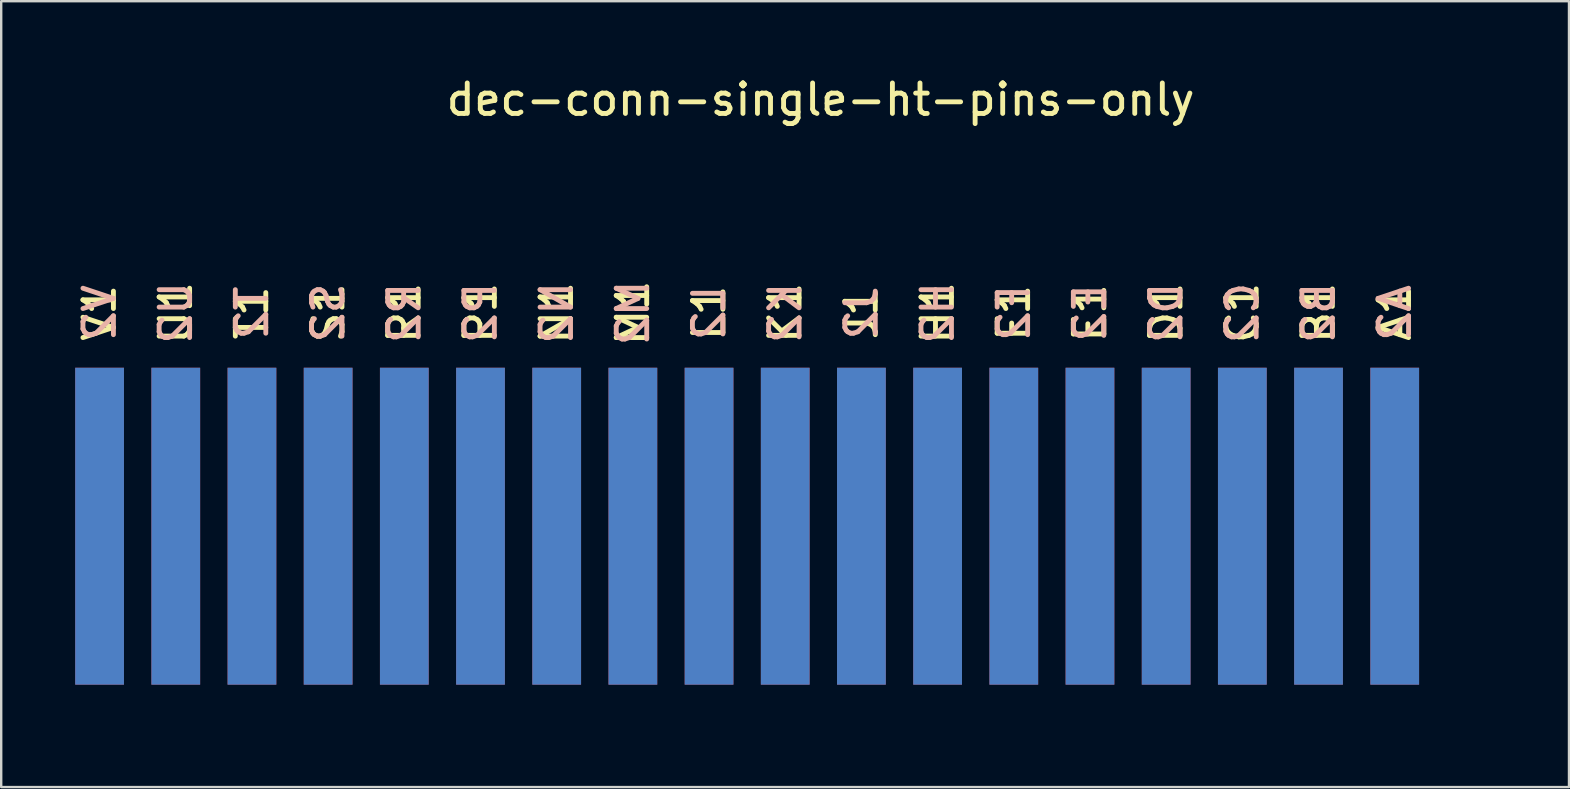
<source format=kicad_pcb>
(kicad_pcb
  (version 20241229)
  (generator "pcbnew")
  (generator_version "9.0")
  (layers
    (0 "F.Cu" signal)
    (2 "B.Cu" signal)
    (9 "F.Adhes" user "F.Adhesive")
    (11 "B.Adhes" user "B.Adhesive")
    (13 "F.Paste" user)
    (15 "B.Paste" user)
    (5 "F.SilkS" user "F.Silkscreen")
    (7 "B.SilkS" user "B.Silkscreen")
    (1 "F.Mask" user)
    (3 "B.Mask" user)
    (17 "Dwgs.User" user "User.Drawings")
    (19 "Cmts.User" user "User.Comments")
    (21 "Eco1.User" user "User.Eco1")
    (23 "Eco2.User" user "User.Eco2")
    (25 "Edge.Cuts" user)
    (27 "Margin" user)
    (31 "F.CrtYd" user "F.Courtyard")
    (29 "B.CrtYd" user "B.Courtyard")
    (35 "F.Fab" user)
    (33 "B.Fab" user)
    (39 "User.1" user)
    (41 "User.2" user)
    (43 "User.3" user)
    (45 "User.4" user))
  (footprint "dec-conn-single-ht-pins-only"
    (layer "F.Cu")
    (at 59.088 26.5)
    (property "Reference" "dec-conn-single-ht-pins-only" (at -27.94 -25.4 0) (layer "F.SilkS") (effects (font (size 1.27 1.27) (thickness 0.203))))
    (attr through_hole)
    (fp_text user "R1" (at -45.288 -16.51 90) (layer "F.SilkS") (effects (font (size 1.27 1.27) (thickness 0.203))))
    (fp_text user "U1" (at -54.813 -16.51 90) (layer "F.SilkS") (effects (font (size 1.27 1.27) (thickness 0.203))))
    (fp_text user "A1" (at -4.013 -16.51 90) (layer "F.SilkS") (effects (font (size 1.27 1.27) (thickness 0.203))))
    (fp_text user "P1" (at -42.113 -16.51 90) (layer "F.SilkS") (effects (font (size 1.27 1.27) (thickness 0.203))))
    (fp_text user "V1" (at -57.988 -16.51 90) (layer "F.SilkS") (effects (font (size 1.27 1.27) (thickness 0.203))))
    (fp_text user "F1" (at -19.888 -16.51 90) (layer "F.SilkS") (effects (font (size 1.27 1.27) (thickness 0.203))))
    (fp_text user "C1" (at -10.363 -16.51 90) (layer "F.SilkS") (effects (font (size 1.27 1.27) (thickness 0.203))))
    (fp_text user "N1" (at -38.938 -16.51 90) (layer "F.SilkS") (effects (font (size 1.27 1.27) (thickness 0.203))))
    (fp_text user "T1" (at -51.638 -16.51 90) (layer "F.SilkS") (effects (font (size 1.27 1.27) (thickness 0.203))))
    (fp_text user "D1" (at -13.538 -16.51 90) (layer "F.SilkS") (effects (font (size 1.27 1.27) (thickness 0.203))))
    (fp_text user "B1" (at -7.188 -16.51 90) (layer "F.SilkS") (effects (font (size 1.27 1.27) (thickness 0.203))))
    (fp_text user "H1" (at -23.063 -16.51 90) (layer "F.SilkS") (effects (font (size 1.27 1.27) (thickness 0.203))))
    (fp_text user "M1" (at -35.763 -16.51 90) (layer "F.SilkS") (effects (font (size 1.27 1.27) (thickness 0.203))))
    (fp_text user "S1" (at -48.463 -16.51 90) (layer "F.SilkS") (effects (font (size 1.27 1.27) (thickness 0.203))))
    (fp_text user "E1" (at -16.713 -16.51 90) (layer "F.SilkS") (effects (font (size 1.27 1.27) (thickness 0.203))))
    (fp_text user "L1" (at -32.588 -16.51 90) (layer "F.SilkS") (effects (font (size 1.27 1.27) (thickness 0.203))))
    (fp_text user "K1" (at -29.413 -16.51 90) (layer "F.SilkS") (effects (font (size 1.27 1.27) (thickness 0.203))))
    (fp_text user "J1" (at -26.238 -16.51 90) (layer "F.SilkS") (effects (font (size 1.27 1.27) (thickness 0.203))))
    (fp_text user "B2" (at -7.188 -16.51 90) (layer "B.SilkS") (effects (font (size 1.27 1.27) (thickness 0.203)) (justify mirror)))
    (fp_text user "U2" (at -54.813 -16.51 90) (layer "B.SilkS") (effects (font (size 1.27 1.27) (thickness 0.203)) (justify mirror)))
    (fp_text user "E2" (at -16.713 -16.51 90) (layer "B.SilkS") (effects (font (size 1.27 1.27) (thickness 0.203)) (justify mirror)))
    (fp_text user "P2" (at -42.113 -16.51 90) (layer "B.SilkS") (effects (font (size 1.27 1.27) (thickness 0.203)) (justify mirror)))
    (fp_text user "C2" (at -10.363 -16.51 90) (layer "B.SilkS") (effects (font (size 1.27 1.27) (thickness 0.203)) (justify mirror)))
    (fp_text user "H2" (at -23.063 -16.51 90) (layer "B.SilkS") (effects (font (size 1.27 1.27) (thickness 0.203)) (justify mirror)))
    (fp_text user "L2" (at -32.588 -16.51 90) (layer "B.SilkS") (effects (font (size 1.27 1.27) (thickness 0.203)) (justify mirror)))
    (fp_text user "F2" (at -19.888 -16.51 90) (layer "B.SilkS") (effects (font (size 1.27 1.27) (thickness 0.203)) (justify mirror)))
    (fp_text user "A2" (at -4.013 -16.51 90) (layer "B.SilkS") (effects (font (size 1.27 1.27) (thickness 0.203)) (justify mirror)))
    (fp_text user "R2" (at -45.288 -16.51 90) (layer "B.SilkS") (effects (font (size 1.27 1.27) (thickness 0.203)) (justify mirror)))
    (fp_text user "J2" (at -26.238 -16.51 90) (layer "B.SilkS") (effects (font (size 1.27 1.27) (thickness 0.203)) (justify mirror)))
    (fp_text user "T2" (at -51.638 -16.51 90) (layer "B.SilkS") (effects (font (size 1.27 1.27) (thickness 0.203)) (justify mirror)))
    (fp_text user "V2" (at -57.988 -16.51 90) (layer "B.SilkS") (effects (font (size 1.27 1.27) (thickness 0.203)) (justify mirror)))
    (fp_text user "D2" (at -13.538 -16.51 90) (layer "B.SilkS") (effects (font (size 1.27 1.27) (thickness 0.203)) (justify mirror)))
    (fp_text user "K2" (at -29.413 -16.51 90) (layer "B.SilkS") (effects (font (size 1.27 1.27) (thickness 0.203)) (justify mirror)))
    (fp_text user "N2" (at -38.938 -16.51 90) (layer "B.SilkS") (effects (font (size 1.27 1.27) (thickness 0.203)) (justify mirror)))
    (fp_text user "M2" (at -35.763 -16.51 90) (layer "B.SilkS") (effects (font (size 1.27 1.27) (thickness 0.203)) (justify mirror)))
    (fp_text user "S2" (at -48.463 -16.51 90) (layer "B.SilkS") (effects (font (size 1.27 1.27) (thickness 0.203)) (justify mirror)))
    (pad "A1" connect rect (at -4.013 -13.462) (size 2.032 13.208) (drill (offset 0 5.842)) (layers "F.Cu" "F.Mask"))
    (pad "A2" connect rect (at -4.013 -13.462) (size 2.032 13.208) (drill (offset 0 5.842)) (layers "B.Cu" "B.Mask"))
    (pad "B1" connect rect (at -7.188 -13.462) (size 2.032 13.208) (drill (offset 0 5.842)) (layers "F.Cu" "F.Mask"))
    (pad "B2" connect rect (at -7.188 -13.462) (size 2.032 13.208) (drill (offset 0 5.842)) (layers "B.Cu" "B.Mask"))
    (pad "C1" connect rect (at -10.363 -13.462) (size 2.032 13.208) (drill (offset 0 5.842)) (layers "F.Cu" "F.Mask"))
    (pad "C2" connect rect (at -10.363 -13.462) (size 2.032 13.208) (drill (offset 0 5.842)) (layers "B.Cu" "B.Mask"))
    (pad "D1" connect rect (at -13.538 -13.462) (size 2.032 13.208) (drill (offset 0 5.842)) (layers "F.Cu" "F.Mask"))
    (pad "D2" connect rect (at -13.538 -13.462) (size 2.032 13.208) (drill (offset 0 5.842)) (layers "B.Cu" "B.Mask"))
    (pad "E1" connect rect (at -16.713 -13.462) (size 2.032 13.208) (drill (offset 0 5.842)) (layers "F.Cu" "F.Mask"))
    (pad "E2" connect rect (at -16.713 -13.462) (size 2.032 13.208) (drill (offset 0 5.842)) (layers "B.Cu" "B.Mask"))
    (pad "F1" connect rect (at -19.888 -13.462) (size 2.032 13.208) (drill (offset 0 5.842)) (layers "F.Cu" "F.Mask"))
    (pad "F2" connect rect (at -19.888 -13.462) (size 2.032 13.208) (drill (offset 0 5.842)) (layers "B.Cu" "B.Mask"))
    (pad "H1" connect rect (at -23.063 -13.462) (size 2.032 13.208) (drill (offset 0 5.842)) (layers "F.Cu" "F.Mask"))
    (pad "H2" connect rect (at -23.063 -13.462) (size 2.032 13.208) (drill (offset 0 5.842)) (layers "B.Cu" "B.Mask"))
    (pad "J1" connect rect (at -26.238 -13.462) (size 2.032 13.208) (drill (offset 0 5.842)) (layers "F.Cu" "F.Mask"))
    (pad "J2" connect rect (at -26.238 -13.462) (size 2.032 13.208) (drill (offset 0 5.842)) (layers "B.Cu" "B.Mask"))
    (pad "K1" connect rect (at -29.413 -13.462) (size 2.032 13.208) (drill (offset 0 5.842)) (layers "F.Cu" "F.Mask"))
    (pad "K2" connect rect (at -29.413 -13.462) (size 2.032 13.208) (drill (offset 0 5.842)) (layers "B.Cu" "B.Mask"))
    (pad "L1" connect rect (at -32.588 -13.462) (size 2.032 13.208) (drill (offset 0 5.842)) (layers "F.Cu" "F.Mask"))
    (pad "L2" connect rect (at -32.588 -13.462) (size 2.032 13.208) (drill (offset 0 5.842)) (layers "B.Cu" "B.Mask"))
    (pad "M1" connect rect (at -35.763 -13.462) (size 2.032 13.208) (drill (offset 0 5.842)) (layers "F.Cu" "F.Mask"))
    (pad "M2" connect rect (at -35.763 -13.462) (size 2.032 13.208) (drill (offset 0 5.842)) (layers "B.Cu" "B.Mask"))
    (pad "N1" connect rect (at -38.938 -13.462) (size 2.032 13.208) (drill (offset 0 5.842)) (layers "F.Cu" "F.Mask"))
    (pad "N2" connect rect (at -38.938 -13.462) (size 2.032 13.208) (drill (offset 0 5.842)) (layers "B.Cu" "B.Mask"))
    (pad "P1" connect rect (at -42.113 -13.462) (size 2.032 13.208) (drill (offset 0 5.842)) (layers "F.Cu" "F.Mask"))
    (pad "P2" connect rect (at -42.113 -13.462) (size 2.032 13.208) (drill (offset 0 5.842)) (layers "B.Cu" "B.Mask"))
    (pad "R1" connect rect (at -45.288 -13.462) (size 2.032 13.208) (drill (offset 0 5.842)) (layers "F.Cu" "F.Mask"))
    (pad "R2" connect rect (at -45.288 -13.462) (size 2.032 13.208) (drill (offset 0 5.842)) (layers "B.Cu" "B.Mask"))
    (pad "S1" connect rect (at -48.463 -13.462) (size 2.032 13.208) (drill (offset 0 5.842)) (layers "F.Cu" "F.Mask"))
    (pad "S2" connect rect (at -48.463 -13.462) (size 2.032 13.208) (drill (offset 0 5.842)) (layers "B.Cu" "B.Mask"))
    (pad "T1" connect rect (at -51.638 -13.462) (size 2.032 13.208) (drill (offset 0 5.842)) (layers "F.Cu" "F.Mask"))
    (pad "T2" connect rect (at -51.638 -13.462) (size 2.032 13.208) (drill (offset 0 5.842)) (layers "B.Cu" "B.Mask"))
    (pad "U1" connect rect (at -54.813 -13.462) (size 2.032 13.208) (drill (offset 0 5.842)) (layers "F.Cu" "F.Mask"))
    (pad "U2" connect rect (at -54.813 -13.462) (size 2.032 13.208) (drill (offset 0 5.842)) (layers "B.Cu" "B.Mask"))
    (pad "V1" connect rect (at -57.988 -13.462) (size 2.032 13.208) (drill (offset 0 5.842)) (layers "F.Cu" "F.Mask"))
    (pad "V2" connect rect (at -57.988 -13.462) (size 2.032 13.208) (drill (offset 0 5.842)) (layers "B.Cu" "B.Mask")))
  (gr_rect
    (start -3 -3)
    (end 62.338 29.75)
    (stroke (width 0.1) (type default))
    (fill no)
    (layer "Edge.Cuts")))
</source>
